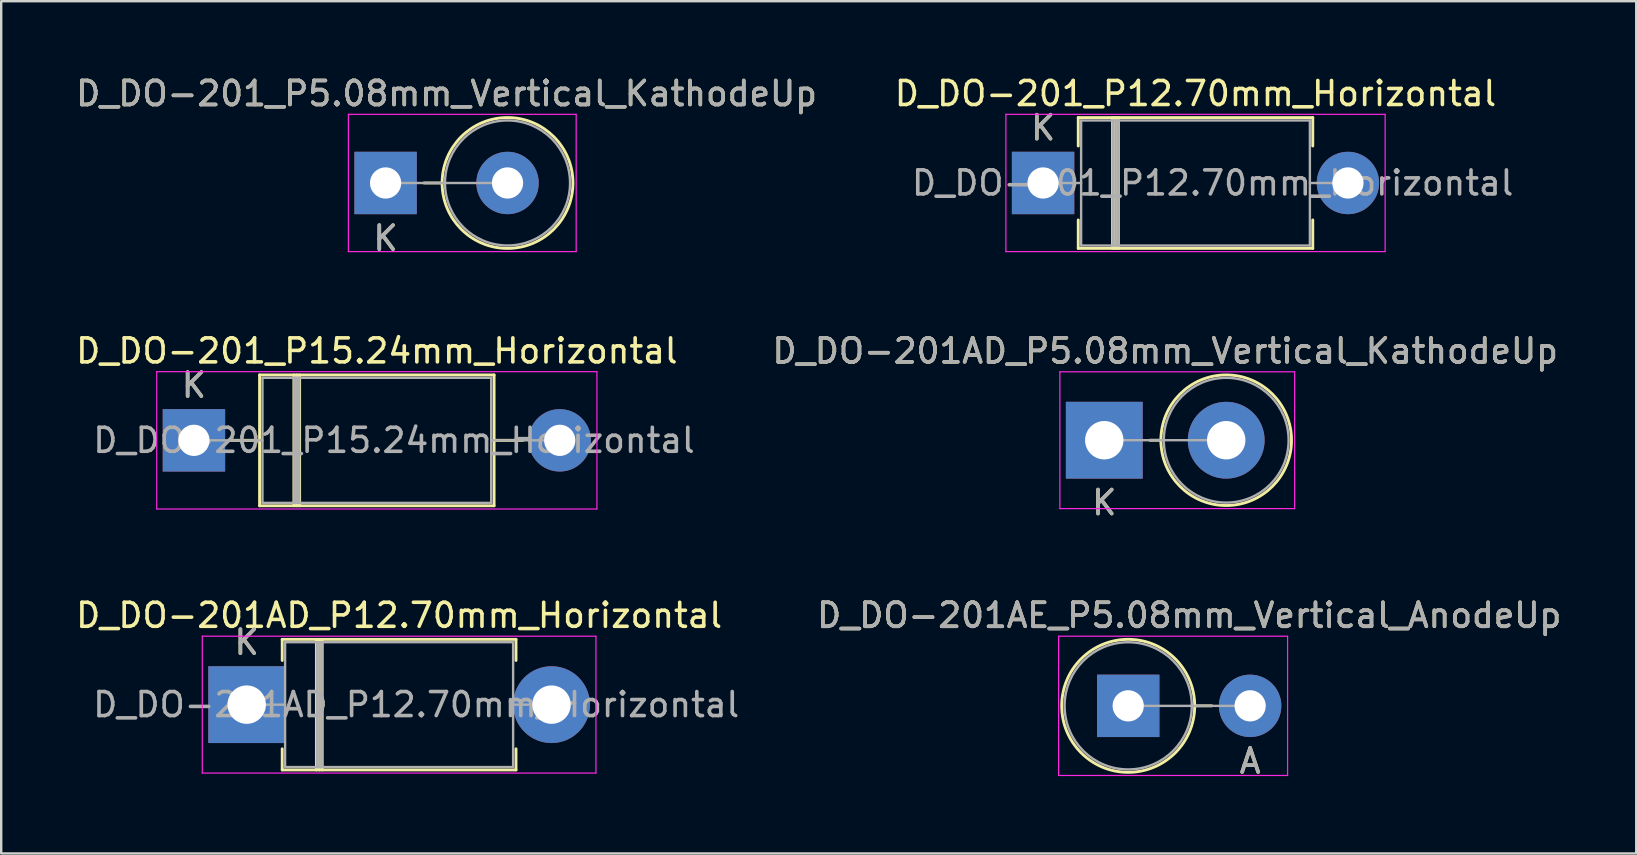
<source format=kicad_pcb>
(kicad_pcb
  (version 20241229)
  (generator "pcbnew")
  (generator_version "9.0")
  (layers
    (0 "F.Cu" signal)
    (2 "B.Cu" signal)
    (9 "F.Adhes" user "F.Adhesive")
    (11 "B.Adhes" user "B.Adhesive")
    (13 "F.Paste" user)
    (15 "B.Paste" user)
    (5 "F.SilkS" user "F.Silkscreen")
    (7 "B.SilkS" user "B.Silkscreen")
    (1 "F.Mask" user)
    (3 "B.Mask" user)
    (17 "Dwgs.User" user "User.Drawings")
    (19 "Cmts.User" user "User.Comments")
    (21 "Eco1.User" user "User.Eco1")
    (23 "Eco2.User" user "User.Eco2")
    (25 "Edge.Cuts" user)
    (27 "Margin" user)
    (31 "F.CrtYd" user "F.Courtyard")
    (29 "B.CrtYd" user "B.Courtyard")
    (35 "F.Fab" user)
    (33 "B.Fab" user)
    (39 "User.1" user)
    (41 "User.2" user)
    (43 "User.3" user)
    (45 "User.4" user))
  (footprint "D_DO-201AE_P5.08mm_Vertical_AnodeUp"
    (layer "F.Cu")
    (at 43.952 26.356)
    (property "Reference" "D_DO-201AE_P5.08mm_Vertical_AnodeUp" (at 2.54 -3.77 0) (layer "F.SilkS") (effects (font (size 1 1) (thickness 0.15))))
    (attr through_hole)
    (fp_line (start 2.77 0) (end 3.48 0) (stroke (width 0.12) (type solid)) (layer "F.SilkS"))
    (fp_circle (center 0 0) (end 2.77 0) (stroke (width 0.12) (type solid)) (fill no) (layer "F.SilkS"))
    (fp_line (start -2.9 -2.9) (end -2.9 2.9) (stroke (width 0.05) (type solid)) (layer "F.CrtYd"))
    (fp_line (start -2.9 2.9) (end 6.64 2.9) (stroke (width 0.05) (type solid)) (layer "F.CrtYd"))
    (fp_line (start 6.64 -2.9) (end -2.9 -2.9) (stroke (width 0.05) (type solid)) (layer "F.CrtYd"))
    (fp_line (start 6.64 2.9) (end 6.64 -2.9) (stroke (width 0.05) (type solid)) (layer "F.CrtYd"))
    (fp_line (start 0 0) (end 5.08 0) (stroke (width 0.1) (type solid)) (layer "F.Fab"))
    (fp_circle (center 0 0) (end 2.65 0) (stroke (width 0.1) (type solid)) (fill no) (layer "F.Fab"))
    (fp_text user "A" (at 5.08 2.3 0) (layer "F.SilkS") (effects (font (size 1 1) (thickness 0.15))))
    (fp_text user "A" (at 5.08 2.3 0) (layer "F.Fab") (effects (font (size 1 1) (thickness 0.15))))
    (fp_text user "${REFERENCE}" (at 2.54 -3.77 0) (layer "F.Fab") (effects (font (size 1 1) (thickness 0.15))))
    (pad "1" thru_hole rect (at 0 0) (size 2.6 2.6) (drill 1.3) (layers "*.Cu" "*.Mask"))
    (pad "2" thru_hole oval (at 5.08 0) (size 2.6 2.6) (drill 1.3) (layers "*.Cu" "*.Mask")))
  (footprint "D_DO-201_P5.08mm_Vertical_KathodeUp"
    (layer "F.Cu")
    (at 13.014 4.573)
    (property "Reference" "D_DO-201_P5.08mm_Vertical_KathodeUp" (at 2.54 -3.725 0) (layer "F.SilkS") (effects (font (size 1 1) (thickness 0.15))))
    (attr through_hole)
    (fp_line (start 2.355 0) (end 1.6 0) (stroke (width 0.12) (type solid)) (layer "F.SilkS"))
    (fp_circle (center 5.08 0) (end 7.805 0) (stroke (width 0.12) (type solid)) (fill no) (layer "F.SilkS"))
    (fp_line (start -1.55 -2.86) (end -1.55 2.86) (stroke (width 0.05) (type solid)) (layer "F.CrtYd"))
    (fp_line (start -1.55 2.86) (end 7.94 2.86) (stroke (width 0.05) (type solid)) (layer "F.CrtYd"))
    (fp_line (start 7.94 -2.86) (end -1.55 -2.86) (stroke (width 0.05) (type solid)) (layer "F.CrtYd"))
    (fp_line (start 7.94 2.86) (end 7.94 -2.86) (stroke (width 0.05) (type solid)) (layer "F.CrtYd"))
    (fp_line (start 0 0) (end 5.08 0) (stroke (width 0.1) (type solid)) (layer "F.Fab"))
    (fp_circle (center 5.08 0) (end 7.685 0) (stroke (width 0.1) (type solid)) (fill no) (layer "F.Fab"))
    (fp_text user "K" (at 0 2.3 0) (layer "F.SilkS") (effects (font (size 1 1) (thickness 0.15))))
    (fp_text user "K" (at 0 2.3 0) (layer "F.Fab") (effects (font (size 1 1) (thickness 0.15))))
    (fp_text user "${REFERENCE}" (at 2.54 -3.725 0) (layer "F.Fab") (effects (font (size 1 1) (thickness 0.15))))
    (pad "1" thru_hole rect (at 0 0) (size 2.6 2.6) (drill 1.3) (layers "*.Cu" "*.Mask"))
    (pad "2" thru_hole oval (at 5.08 0) (size 2.6 2.6) (drill 1.3) (layers "*.Cu" "*.Mask")))
  (footprint "D_DO-201_P15.24mm_Horizontal"
    (layer "F.Cu")
    (at 5.029 15.295)
    (property "Reference" "D_DO-201_P15.24mm_Horizontal" (at 7.62 -3.725 0) (layer "F.SilkS") (effects (font (size 1 1) (thickness 0.15))))
    (attr through_hole)
    (fp_line (start 1.54 0) (end 2.735 0) (stroke (width 0.12) (type solid)) (layer "F.SilkS"))
    (fp_line (start 2.735 -2.725) (end 2.735 2.725) (stroke (width 0.12) (type solid)) (layer "F.SilkS"))
    (fp_line (start 2.735 2.725) (end 12.505 2.725) (stroke (width 0.12) (type solid)) (layer "F.SilkS"))
    (fp_line (start 4.165 -2.725) (end 4.165 2.725) (stroke (width 0.12) (type solid)) (layer "F.SilkS"))
    (fp_line (start 4.285 -2.725) (end 4.285 2.725) (stroke (width 0.12) (type solid)) (layer "F.SilkS"))
    (fp_line (start 4.404 -2.725) (end 4.404 2.725) (stroke (width 0.12) (type solid)) (layer "F.SilkS"))
    (fp_line (start 12.505 -2.725) (end 2.735 -2.725) (stroke (width 0.12) (type solid)) (layer "F.SilkS"))
    (fp_line (start 12.505 2.725) (end 12.505 -2.725) (stroke (width 0.12) (type solid)) (layer "F.SilkS"))
    (fp_line (start 13.7 0) (end 12.505 0) (stroke (width 0.12) (type solid)) (layer "F.SilkS"))
    (fp_line (start -1.55 -2.86) (end -1.55 2.86) (stroke (width 0.05) (type solid)) (layer "F.CrtYd"))
    (fp_line (start -1.55 2.86) (end 16.79 2.86) (stroke (width 0.05) (type solid)) (layer "F.CrtYd"))
    (fp_line (start 16.79 -2.86) (end -1.55 -2.86) (stroke (width 0.05) (type solid)) (layer "F.CrtYd"))
    (fp_line (start 16.79 2.86) (end 16.79 -2.86) (stroke (width 0.05) (type solid)) (layer "F.CrtYd"))
    (fp_line (start 0 0) (end 2.855 0) (stroke (width 0.1) (type solid)) (layer "F.Fab"))
    (fp_line (start 2.855 -2.605) (end 2.855 2.605) (stroke (width 0.1) (type solid)) (layer "F.Fab"))
    (fp_line (start 2.855 2.605) (end 12.385 2.605) (stroke (width 0.1) (type solid)) (layer "F.Fab"))
    (fp_line (start 4.184 -2.605) (end 4.184 2.605) (stroke (width 0.1) (type solid)) (layer "F.Fab"))
    (fp_line (start 4.285 -2.605) (end 4.285 2.605) (stroke (width 0.1) (type solid)) (layer "F.Fab"))
    (fp_line (start 4.385 -2.605) (end 4.385 2.605) (stroke (width 0.1) (type solid)) (layer "F.Fab"))
    (fp_line (start 12.385 -2.605) (end 2.855 -2.605) (stroke (width 0.1) (type solid)) (layer "F.Fab"))
    (fp_line (start 12.385 2.605) (end 12.385 -2.605) (stroke (width 0.1) (type solid)) (layer "F.Fab"))
    (fp_line (start 15.24 0) (end 12.385 0) (stroke (width 0.1) (type solid)) (layer "F.Fab"))
    (fp_text user "K" (at 0 -2.3 0) (layer "F.SilkS") (effects (font (size 1 1) (thickness 0.15))))
    (fp_text user "${REFERENCE}" (at 8.335 0 0) (layer "F.Fab") (effects (font (size 1 1) (thickness 0.15))))
    (fp_text user "K" (at 0 -2.3 0) (layer "F.Fab") (effects (font (size 1 1) (thickness 0.15))))
    (pad "1" thru_hole rect (at 0 0) (size 2.6 2.6) (drill 1.3) (layers "*.Cu" "*.Mask"))
    (pad "2" thru_hole oval (at 15.24 0) (size 2.6 2.6) (drill 1.3) (layers "*.Cu" "*.Mask")))
  (footprint "D_DO-201_P12.70mm_Horizontal"
    (layer "F.Cu")
    (at 40.406 4.573)
    (property "Reference" "D_DO-201_P12.70mm_Horizontal" (at 6.35 -3.725 0) (layer "F.SilkS") (effects (font (size 1 1) (thickness 0.15))))
    (attr through_hole)
    (fp_line (start 1.465 -2.725) (end 11.235 -2.725) (stroke (width 0.12) (type solid)) (layer "F.SilkS"))
    (fp_line (start 1.465 -1.54) (end 1.465 -2.725) (stroke (width 0.12) (type solid)) (layer "F.SilkS"))
    (fp_line (start 1.465 1.54) (end 1.465 2.725) (stroke (width 0.12) (type solid)) (layer "F.SilkS"))
    (fp_line (start 1.465 2.725) (end 11.235 2.725) (stroke (width 0.12) (type solid)) (layer "F.SilkS"))
    (fp_line (start 2.894 -2.725) (end 2.894 2.725) (stroke (width 0.12) (type solid)) (layer "F.SilkS"))
    (fp_line (start 3.014 -2.725) (end 3.014 2.725) (stroke (width 0.12) (type solid)) (layer "F.SilkS"))
    (fp_line (start 3.135 -2.725) (end 3.135 2.725) (stroke (width 0.12) (type solid)) (layer "F.SilkS"))
    (fp_line (start 11.235 -2.725) (end 11.235 -1.54) (stroke (width 0.12) (type solid)) (layer "F.SilkS"))
    (fp_line (start 11.235 2.725) (end 11.235 1.54) (stroke (width 0.12) (type solid)) (layer "F.SilkS"))
    (fp_line (start -1.55 -2.86) (end -1.55 2.86) (stroke (width 0.05) (type solid)) (layer "F.CrtYd"))
    (fp_line (start -1.55 2.86) (end 14.25 2.86) (stroke (width 0.05) (type solid)) (layer "F.CrtYd"))
    (fp_line (start 14.25 -2.86) (end -1.55 -2.86) (stroke (width 0.05) (type solid)) (layer "F.CrtYd"))
    (fp_line (start 14.25 2.86) (end 14.25 -2.86) (stroke (width 0.05) (type solid)) (layer "F.CrtYd"))
    (fp_line (start 0 0) (end 1.585 0) (stroke (width 0.1) (type solid)) (layer "F.Fab"))
    (fp_line (start 1.585 -2.605) (end 1.585 2.605) (stroke (width 0.1) (type solid)) (layer "F.Fab"))
    (fp_line (start 1.585 2.605) (end 11.115 2.605) (stroke (width 0.1) (type solid)) (layer "F.Fab"))
    (fp_line (start 2.914 -2.605) (end 2.914 2.605) (stroke (width 0.1) (type solid)) (layer "F.Fab"))
    (fp_line (start 3.014 -2.605) (end 3.014 2.605) (stroke (width 0.1) (type solid)) (layer "F.Fab"))
    (fp_line (start 3.115 -2.605) (end 3.115 2.605) (stroke (width 0.1) (type solid)) (layer "F.Fab"))
    (fp_line (start 11.115 -2.605) (end 1.585 -2.605) (stroke (width 0.1) (type solid)) (layer "F.Fab"))
    (fp_line (start 11.115 2.605) (end 11.115 -2.605) (stroke (width 0.1) (type solid)) (layer "F.Fab"))
    (fp_line (start 12.7 0) (end 11.115 0) (stroke (width 0.1) (type solid)) (layer "F.Fab"))
    (fp_text user "K" (at 0 -2.3 0) (layer "F.SilkS") (effects (font (size 1 1) (thickness 0.15))))
    (fp_text user "K" (at 0 -2.3 0) (layer "F.Fab") (effects (font (size 1 1) (thickness 0.15))))
    (fp_text user "${REFERENCE}" (at 7.065 0 0) (layer "F.Fab") (effects (font (size 1 1) (thickness 0.15))))
    (pad "1" thru_hole rect (at 0 0) (size 2.6 2.6) (drill 1.3) (layers "*.Cu" "*.Mask"))
    (pad "2" thru_hole oval (at 12.7 0) (size 2.6 2.6) (drill 1.3) (layers "*.Cu" "*.Mask")))
  (footprint "D_DO-201AD_P12.70mm_Horizontal"
    (layer "F.Cu")
    (at 7.227 26.306)
    (property "Reference" "D_DO-201AD_P12.70mm_Horizontal" (at 6.35 -3.72 0) (layer "F.SilkS") (effects (font (size 1 1) (thickness 0.15))))
    (attr through_hole)
    (fp_line (start 1.48 -2.72) (end 11.22 -2.72) (stroke (width 0.12) (type solid)) (layer "F.SilkS"))
    (fp_line (start 1.48 -1.84) (end 1.48 -2.72) (stroke (width 0.12) (type solid)) (layer "F.SilkS"))
    (fp_line (start 1.48 1.84) (end 1.48 2.72) (stroke (width 0.12) (type solid)) (layer "F.SilkS"))
    (fp_line (start 1.48 2.72) (end 11.22 2.72) (stroke (width 0.12) (type solid)) (layer "F.SilkS"))
    (fp_line (start 2.905 -2.72) (end 2.905 2.72) (stroke (width 0.12) (type solid)) (layer "F.SilkS"))
    (fp_line (start 3.025 -2.72) (end 3.025 2.72) (stroke (width 0.12) (type solid)) (layer "F.SilkS"))
    (fp_line (start 3.145 -2.72) (end 3.145 2.72) (stroke (width 0.12) (type solid)) (layer "F.SilkS"))
    (fp_line (start 11.22 -2.72) (end 11.22 -1.84) (stroke (width 0.12) (type solid)) (layer "F.SilkS"))
    (fp_line (start 11.22 2.72) (end 11.22 1.84) (stroke (width 0.12) (type solid)) (layer "F.SilkS"))
    (fp_line (start -1.85 -2.85) (end -1.85 2.85) (stroke (width 0.05) (type solid)) (layer "F.CrtYd"))
    (fp_line (start -1.85 2.85) (end 14.55 2.85) (stroke (width 0.05) (type solid)) (layer "F.CrtYd"))
    (fp_line (start 14.55 -2.85) (end -1.85 -2.85) (stroke (width 0.05) (type solid)) (layer "F.CrtYd"))
    (fp_line (start 14.55 2.85) (end 14.55 -2.85) (stroke (width 0.05) (type solid)) (layer "F.CrtYd"))
    (fp_line (start 0 0) (end 1.6 0) (stroke (width 0.1) (type solid)) (layer "F.Fab"))
    (fp_line (start 1.6 -2.6) (end 1.6 2.6) (stroke (width 0.1) (type solid)) (layer "F.Fab"))
    (fp_line (start 1.6 2.6) (end 11.1 2.6) (stroke (width 0.1) (type solid)) (layer "F.Fab"))
    (fp_line (start 2.925 -2.6) (end 2.925 2.6) (stroke (width 0.1) (type solid)) (layer "F.Fab"))
    (fp_line (start 3.025 -2.6) (end 3.025 2.6) (stroke (width 0.1) (type solid)) (layer "F.Fab"))
    (fp_line (start 3.125 -2.6) (end 3.125 2.6) (stroke (width 0.1) (type solid)) (layer "F.Fab"))
    (fp_line (start 11.1 -2.6) (end 1.6 -2.6) (stroke (width 0.1) (type solid)) (layer "F.Fab"))
    (fp_line (start 11.1 2.6) (end 11.1 -2.6) (stroke (width 0.1) (type solid)) (layer "F.Fab"))
    (fp_line (start 12.7 0) (end 11.1 0) (stroke (width 0.1) (type solid)) (layer "F.Fab"))
    (fp_text user "K" (at 0 -2.6 0) (layer "F.SilkS") (effects (font (size 1 1) (thickness 0.15))))
    (fp_text user "K" (at 0 -2.6 0) (layer "F.Fab") (effects (font (size 1 1) (thickness 0.15))))
    (fp_text user "${REFERENCE}" (at 7.062 0 0) (layer "F.Fab") (effects (font (size 1 1) (thickness 0.15))))
    (pad "1" thru_hole rect (at 0 0) (size 3.2 3.2) (drill 1.6) (layers "*.Cu" "*.Mask"))
    (pad "2" thru_hole oval (at 12.7 0) (size 3.2 3.2) (drill 1.6) (layers "*.Cu" "*.Mask")))
  (footprint "D_DO-201AD_P5.08mm_Vertical_KathodeUp"
    (layer "F.Cu")
    (at 42.955 15.29)
    (property "Reference" "D_DO-201AD_P5.08mm_Vertical_KathodeUp" (at 2.54 -3.72 0) (layer "F.SilkS") (effects (font (size 1 1) (thickness 0.15))))
    (attr through_hole)
    (fp_line (start 2.36 0) (end 1.9 0) (stroke (width 0.12) (type solid)) (layer "F.SilkS"))
    (fp_circle (center 5.08 0) (end 7.8 0) (stroke (width 0.12) (type solid)) (fill no) (layer "F.SilkS"))
    (fp_line (start -1.85 -2.85) (end -1.85 2.85) (stroke (width 0.05) (type solid)) (layer "F.CrtYd"))
    (fp_line (start -1.85 2.85) (end 7.93 2.85) (stroke (width 0.05) (type solid)) (layer "F.CrtYd"))
    (fp_line (start 7.93 -2.85) (end -1.85 -2.85) (stroke (width 0.05) (type solid)) (layer "F.CrtYd"))
    (fp_line (start 7.93 2.85) (end 7.93 -2.85) (stroke (width 0.05) (type solid)) (layer "F.CrtYd"))
    (fp_line (start 0 0) (end 5.08 0) (stroke (width 0.1) (type solid)) (layer "F.Fab"))
    (fp_circle (center 5.08 0) (end 7.68 0) (stroke (width 0.1) (type solid)) (fill no) (layer "F.Fab"))
    (fp_text user "K" (at 0 2.6 0) (layer "F.SilkS") (effects (font (size 1 1) (thickness 0.15))))
    (fp_text user "K" (at 0 2.6 0) (layer "F.Fab") (effects (font (size 1 1) (thickness 0.15))))
    (fp_text user "${REFERENCE}" (at 2.54 -3.72 0) (layer "F.Fab") (effects (font (size 1 1) (thickness 0.15))))
    (pad "1" thru_hole rect (at 0 0) (size 3.2 3.2) (drill 1.6) (layers "*.Cu" "*.Mask"))
    (pad "2" thru_hole oval (at 5.08 0) (size 3.2 3.2) (drill 1.6) (layers "*.Cu" "*.Mask")))
  (gr_rect
    (start -3 -3)
    (end 65.117 32.505)
    (stroke (width 0.1) (type default))
    (fill no)
    (layer "Edge.Cuts")))
</source>
